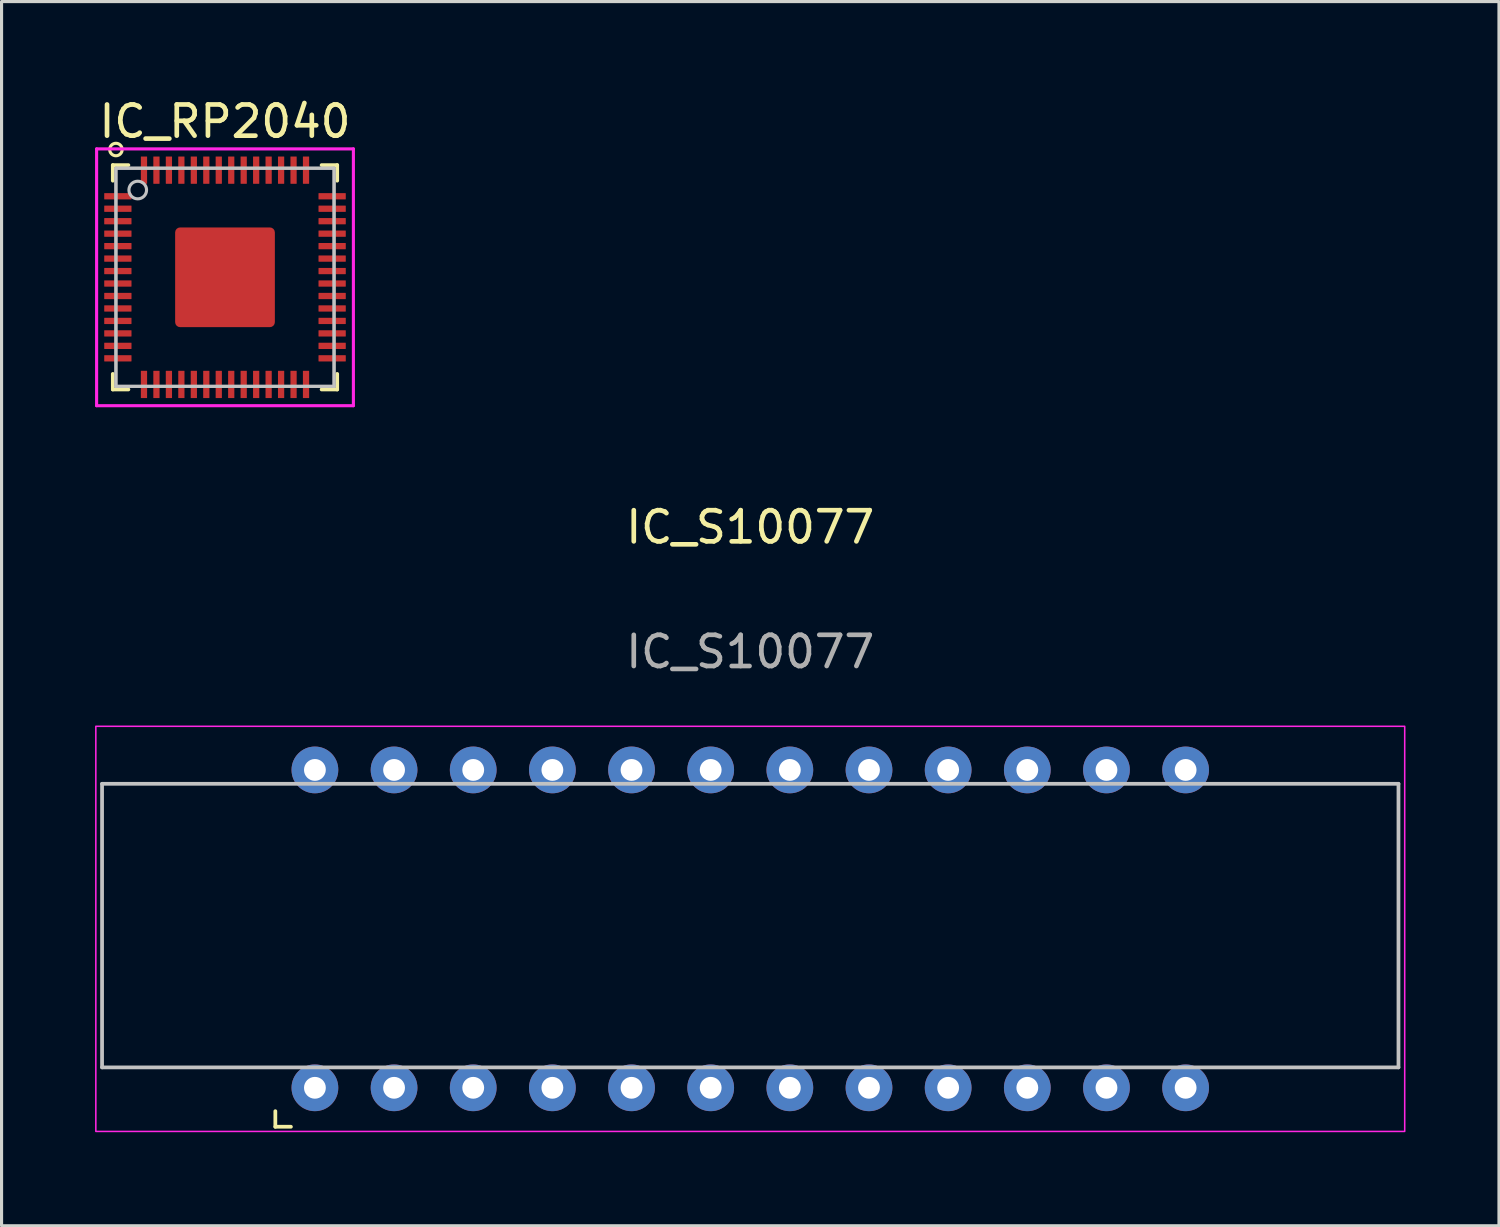
<source format=kicad_pcb>
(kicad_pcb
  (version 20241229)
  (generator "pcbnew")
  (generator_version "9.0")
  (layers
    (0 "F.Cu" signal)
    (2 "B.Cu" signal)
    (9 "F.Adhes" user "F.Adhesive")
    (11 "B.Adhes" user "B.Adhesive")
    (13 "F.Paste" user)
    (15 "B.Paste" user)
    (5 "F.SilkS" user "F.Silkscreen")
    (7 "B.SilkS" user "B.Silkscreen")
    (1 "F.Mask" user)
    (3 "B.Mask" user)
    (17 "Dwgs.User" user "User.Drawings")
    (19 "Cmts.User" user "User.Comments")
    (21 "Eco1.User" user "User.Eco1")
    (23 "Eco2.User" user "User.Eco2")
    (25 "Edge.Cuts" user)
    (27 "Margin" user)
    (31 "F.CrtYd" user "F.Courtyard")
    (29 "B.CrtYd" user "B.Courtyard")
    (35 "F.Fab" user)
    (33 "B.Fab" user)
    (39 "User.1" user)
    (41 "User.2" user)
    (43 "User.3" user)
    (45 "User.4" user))
  (footprint "IC_S10077"
    (layer "F.Cu")
    (at 21.025 26.756)
    (property "Reference" "IC_S10077" (at 0 -12.89 0) (unlocked yes) (layer "F.SilkS") (effects (font (size 1 1) (thickness 0.15))))
    (attr through_hole)
    (fp_line (start -15.24 5.85) (end -15.24 6.35) (stroke (width 0.12) (type default)) (layer "F.SilkS"))
    (fp_line (start -15.24 6.35) (end -14.74 6.35) (stroke (width 0.12) (type default)) (layer "F.SilkS"))
    (fp_line (start -20.8 -4.655) (end -20.8 4.445) (stroke (width 0.12) (type default)) (layer "Dwgs.User"))
    (fp_line (start -20.8 -4.655) (end 20.8 -4.655) (stroke (width 0.12) (type default)) (layer "Dwgs.User"))
    (fp_line (start 20.8 4.445) (end -20.8 4.445) (stroke (width 0.12) (type default)) (layer "Dwgs.User"))
    (fp_line (start 20.8 4.445) (end 20.8 -4.655) (stroke (width 0.12) (type default)) (layer "Dwgs.User"))
    (fp_rect (start -21 -6.5) (end 21 6.5) (stroke (width 0.05) (type default)) (fill no) (layer "F.CrtYd"))
    (fp_text user "${REFERENCE}" (at 0 -8.89 0) (unlocked yes) (layer "F.Fab") (effects (font (size 1 1) (thickness 0.15))))
    (pad "1" thru_hole circle (at -13.97 5.1) (size 1.5 1.5) (drill 0.7) (layers "*.Cu" "*.Mask"))
    (pad "2" thru_hole circle (at -11.43 5.1) (size 1.5 1.5) (drill 0.7) (layers "*.Cu" "*.Mask"))
    (pad "3" thru_hole circle (at -8.89 5.1) (size 1.5 1.5) (drill 0.7) (layers "*.Cu" "*.Mask"))
    (pad "4" thru_hole circle (at -6.35 5.1) (size 1.5 1.5) (drill 0.7) (layers "*.Cu" "*.Mask"))
    (pad "5" thru_hole circle (at -3.81 5.1) (size 1.5 1.5) (drill 0.7) (layers "*.Cu" "*.Mask"))
    (pad "6" thru_hole circle (at -1.27 5.1) (size 1.5 1.5) (drill 0.7) (layers "*.Cu" "*.Mask"))
    (pad "7" thru_hole circle (at 1.27 5.1) (size 1.5 1.5) (drill 0.7) (layers "*.Cu" "*.Mask"))
    (pad "8" thru_hole circle (at 3.81 5.1) (size 1.5 1.5) (drill 0.7) (layers "*.Cu" "*.Mask"))
    (pad "9" thru_hole circle (at 6.35 5.1) (size 1.5 1.5) (drill 0.7) (layers "*.Cu" "*.Mask"))
    (pad "10" thru_hole circle (at 8.89 5.1) (size 1.5 1.5) (drill 0.7) (layers "*.Cu" "*.Mask"))
    (pad "11" thru_hole circle (at 11.43 5.1) (size 1.5 1.5) (drill 0.7) (layers "*.Cu" "*.Mask"))
    (pad "12" thru_hole circle (at 13.97 5.1) (size 1.5 1.5) (drill 0.7) (layers "*.Cu" "*.Mask"))
    (pad "13" thru_hole circle (at 13.97 -5.1) (size 1.5 1.5) (drill 0.7) (layers "*.Cu" "*.Mask"))
    (pad "14" thru_hole circle (at 11.43 -5.1) (size 1.5 1.5) (drill 0.7) (layers "*.Cu" "*.Mask"))
    (pad "15" thru_hole circle (at 8.89 -5.1) (size 1.5 1.5) (drill 0.7) (layers "*.Cu" "*.Mask"))
    (pad "16" thru_hole circle (at 6.35 -5.1) (size 1.5 1.5) (drill 0.7) (layers "*.Cu" "*.Mask"))
    (pad "17" thru_hole circle (at 3.81 -5.1) (size 1.5 1.5) (drill 0.7) (layers "*.Cu" "*.Mask"))
    (pad "18" thru_hole circle (at 1.27 -5.1) (size 1.5 1.5) (drill 0.7) (layers "*.Cu" "*.Mask"))
    (pad "19" thru_hole circle (at -1.27 -5.1) (size 1.5 1.5) (drill 0.7) (layers "*.Cu" "*.Mask"))
    (pad "20" thru_hole circle (at -3.81 -5.1) (size 1.5 1.5) (drill 0.7) (layers "*.Cu" "*.Mask"))
    (pad "21" thru_hole circle (at -6.35 -5.1) (size 1.5 1.5) (drill 0.7) (layers "*.Cu" "*.Mask"))
    (pad "22" thru_hole circle (at -8.89 -5.1) (size 1.5 1.5) (drill 0.7) (layers "*.Cu" "*.Mask"))
    (pad "23" thru_hole circle (at -11.43 -5.1) (size 1.5 1.5) (drill 0.7) (layers "*.Cu" "*.Mask"))
    (pad "24" thru_hole circle (at -13.97 -5.1) (size 1.5 1.5) (drill 0.7) (layers "*.Cu" "*.Mask")))
  (footprint "IC_RP2040"
    (layer "F.Cu")
    (at 4.17 5.848)
    (property "Reference" "IC_RP2040" (at 0 -5 0) (layer "F.SilkS") (effects (font (size 1 1) (thickness 0.15))))
    (attr smd)
    (fp_poly (pts (xy -3.97 2.7) (xy -3.97 -2.7) (xy -2.91 -2.7) (xy -2.91 2.7)) (stroke (width 0.018) (type solid)) (fill yes) (layer "F.Mask"))
    (fp_poly (pts (xy -2.7 2.91) (xy 2.7 2.91) (xy 2.7 3.97) (xy -2.7 3.97)) (stroke (width 0.018) (type solid)) (fill yes) (layer "F.Mask"))
    (fp_poly (pts (xy 2.7 -2.91) (xy -2.7 -2.91) (xy -2.7 -3.97) (xy 2.7 -3.97)) (stroke (width 0.018) (type solid)) (fill yes) (layer "F.Mask"))
    (fp_poly (pts (xy 2.91 2.7) (xy 2.91 -2.7) (xy 3.97 -2.7) (xy 3.97 2.7)) (stroke (width 0.018) (type solid)) (fill yes) (layer "F.Mask"))
    (fp_line (start -3.6 -3.1) (end -3.6 -3.6) (stroke (width 0.12) (type solid)) (layer "F.SilkS"))
    (fp_line (start -3.6 3.1) (end -3.6 3.6) (stroke (width 0.12) (type solid)) (layer "F.SilkS"))
    (fp_line (start -3.1 -3.6) (end -3.6 -3.6) (stroke (width 0.12) (type solid)) (layer "F.SilkS"))
    (fp_line (start -3.1 3.6) (end -3.6 3.6) (stroke (width 0.12) (type solid)) (layer "F.SilkS"))
    (fp_line (start 3.1 -3.6) (end 3.6 -3.6) (stroke (width 0.12) (type solid)) (layer "F.SilkS"))
    (fp_line (start 3.1 3.6) (end 3.6 3.6) (stroke (width 0.12) (type solid)) (layer "F.SilkS"))
    (fp_line (start 3.6 -3.1) (end 3.6 -3.6) (stroke (width 0.12) (type solid)) (layer "F.SilkS"))
    (fp_line (start 3.6 3.1) (end 3.6 3.6) (stroke (width 0.12) (type solid)) (layer "F.SilkS"))
    (fp_circle (center -3.5 -4.1) (end -3.3 -4.1) (stroke (width 0.1) (type default)) (fill no) (layer "F.SilkS"))
    (fp_line (start -3.5 -3.5) (end 3.5 -3.5) (stroke (width 0.1) (type solid)) (layer "Dwgs.User"))
    (fp_line (start -3.5 3.5) (end -3.5 -3.5) (stroke (width 0.1) (type solid)) (layer "Dwgs.User"))
    (fp_line (start 3.5 -3.5) (end 3.5 3.5) (stroke (width 0.1) (type solid)) (layer "Dwgs.User"))
    (fp_line (start 3.5 3.5) (end -3.5 3.5) (stroke (width 0.1) (type solid)) (layer "Dwgs.User"))
    (fp_circle (center -2.8 -2.8) (end -2.6 -2.6) (stroke (width 0.1) (type solid)) (fill no) (layer "Dwgs.User"))
    (fp_line (start -4.12 -4.12) (end -4.12 4.12) (stroke (width 0.1) (type solid)) (layer "F.CrtYd"))
    (fp_line (start -4.12 4.12) (end 4.12 4.12) (stroke (width 0.1) (type solid)) (layer "F.CrtYd"))
    (fp_line (start 4.12 -4.12) (end -4.12 -4.12) (stroke (width 0.1) (type solid)) (layer "F.CrtYd"))
    (fp_line (start 4.12 4.12) (end 4.12 -4.12) (stroke (width 0.1) (type solid)) (layer "F.CrtYd"))
    (fp_line (start -3.5 -3.5) (end 3.5 -3.5) (stroke (width 0.1) (type solid)) (layer "F.Fab"))
    (fp_line (start -3.5 3.5) (end -3.5 -3.5) (stroke (width 0.1) (type solid)) (layer "F.Fab"))
    (fp_line (start 3.5 -3.5) (end 3.5 3.5) (stroke (width 0.1) (type solid)) (layer "F.Fab"))
    (fp_line (start 3.5 3.5) (end -3.5 3.5) (stroke (width 0.1) (type solid)) (layer "F.Fab"))
    (pad "" smd roundrect (at -0.8 -0.8) (size 1.2 1.2) (layers "F.Paste") (roundrect_rratio 0.221))
    (pad "" smd roundrect (at -0.8 0.8) (size 1.2 1.2) (layers "F.Paste") (roundrect_rratio 0.221))
    (pad "" smd roundrect (at 0.8 -0.8) (size 1.2 1.2) (layers "F.Paste") (roundrect_rratio 0.221))
    (pad "" smd roundrect (at 0.8 0.8) (size 1.2 1.2) (layers "F.Paste") (roundrect_rratio 0.221))
    (pad "1" smd roundrect (at -3.438 -2.6) (size 0.875 0.2) (layers "F.Cu" "F.Mask" "F.Paste") (roundrect_rratio 0.05))
    (pad "2" smd roundrect (at -3.438 -2.2) (size 0.875 0.2) (layers "F.Cu" "F.Mask" "F.Paste") (roundrect_rratio 0.05))
    (pad "3" smd roundrect (at -3.438 -1.8) (size 0.875 0.2) (layers "F.Cu" "F.Mask" "F.Paste") (roundrect_rratio 0.05))
    (pad "4" smd roundrect (at -3.438 -1.4) (size 0.875 0.2) (layers "F.Cu" "F.Mask" "F.Paste") (roundrect_rratio 0.05))
    (pad "5" smd roundrect (at -3.438 -1) (size 0.875 0.2) (layers "F.Cu" "F.Mask" "F.Paste") (roundrect_rratio 0.05))
    (pad "6" smd roundrect (at -3.438 -0.6) (size 0.875 0.2) (layers "F.Cu" "F.Mask" "F.Paste") (roundrect_rratio 0.05))
    (pad "7" smd roundrect (at -3.438 -0.2) (size 0.875 0.2) (layers "F.Cu" "F.Mask" "F.Paste") (roundrect_rratio 0.05))
    (pad "8" smd roundrect (at -3.438 0.2) (size 0.875 0.2) (layers "F.Cu" "F.Mask" "F.Paste") (roundrect_rratio 0.05))
    (pad "9" smd roundrect (at -3.438 0.6) (size 0.875 0.2) (layers "F.Cu" "F.Mask" "F.Paste") (roundrect_rratio 0.05))
    (pad "10" smd roundrect (at -3.438 1) (size 0.875 0.2) (layers "F.Cu" "F.Mask" "F.Paste") (roundrect_rratio 0.05))
    (pad "11" smd roundrect (at -3.438 1.4) (size 0.875 0.2) (layers "F.Cu" "F.Mask" "F.Paste") (roundrect_rratio 0.05))
    (pad "12" smd roundrect (at -3.438 1.8) (size 0.875 0.2) (layers "F.Cu" "F.Mask" "F.Paste") (roundrect_rratio 0.05))
    (pad "13" smd roundrect (at -3.438 2.2) (size 0.875 0.2) (layers "F.Cu" "F.Mask" "F.Paste") (roundrect_rratio 0.05))
    (pad "14" smd roundrect (at -3.438 2.6) (size 0.875 0.2) (layers "F.Cu" "F.Mask" "F.Paste") (roundrect_rratio 0.05))
    (pad "15" smd roundrect (at -2.6 3.438) (size 0.2 0.875) (layers "F.Cu" "F.Mask" "F.Paste") (roundrect_rratio 0.05))
    (pad "16" smd roundrect (at -2.2 3.438) (size 0.2 0.875) (layers "F.Cu" "F.Mask" "F.Paste") (roundrect_rratio 0.05))
    (pad "17" smd roundrect (at -1.8 3.438) (size 0.2 0.875) (layers "F.Cu" "F.Mask" "F.Paste") (roundrect_rratio 0.05))
    (pad "18" smd roundrect (at -1.4 3.438) (size 0.2 0.875) (layers "F.Cu" "F.Mask" "F.Paste") (roundrect_rratio 0.05))
    (pad "19" smd roundrect (at -1 3.438) (size 0.2 0.875) (layers "F.Cu" "F.Mask" "F.Paste") (roundrect_rratio 0.05))
    (pad "20" smd roundrect (at -0.6 3.438) (size 0.2 0.875) (layers "F.Cu" "F.Mask" "F.Paste") (roundrect_rratio 0.05))
    (pad "21" smd roundrect (at -0.2 3.438) (size 0.2 0.875) (layers "F.Cu" "F.Mask" "F.Paste") (roundrect_rratio 0.05))
    (pad "22" smd roundrect (at 0.2 3.438) (size 0.2 0.875) (layers "F.Cu" "F.Mask" "F.Paste") (roundrect_rratio 0.05))
    (pad "23" smd roundrect (at 0.6 3.438) (size 0.2 0.875) (layers "F.Cu" "F.Mask" "F.Paste") (roundrect_rratio 0.05))
    (pad "24" smd roundrect (at 1 3.438) (size 0.2 0.875) (layers "F.Cu" "F.Mask" "F.Paste") (roundrect_rratio 0.05))
    (pad "25" smd roundrect (at 1.4 3.438) (size 0.2 0.875) (layers "F.Cu" "F.Mask" "F.Paste") (roundrect_rratio 0.05))
    (pad "26" smd roundrect (at 1.8 3.438) (size 0.2 0.875) (layers "F.Cu" "F.Mask" "F.Paste") (roundrect_rratio 0.05))
    (pad "27" smd roundrect (at 2.2 3.438) (size 0.2 0.875) (layers "F.Cu" "F.Mask" "F.Paste") (roundrect_rratio 0.05))
    (pad "28" smd roundrect (at 2.6 3.438) (size 0.2 0.875) (layers "F.Cu" "F.Mask" "F.Paste") (roundrect_rratio 0.05))
    (pad "29" smd roundrect (at 3.438 2.6) (size 0.875 0.2) (layers "F.Cu" "F.Mask" "F.Paste") (roundrect_rratio 0.05))
    (pad "30" smd roundrect (at 3.438 2.2) (size 0.875 0.2) (layers "F.Cu" "F.Mask" "F.Paste") (roundrect_rratio 0.05))
    (pad "31" smd roundrect (at 3.438 1.8) (size 0.875 0.2) (layers "F.Cu" "F.Mask" "F.Paste") (roundrect_rratio 0.05))
    (pad "32" smd roundrect (at 3.438 1.4) (size 0.875 0.2) (layers "F.Cu" "F.Mask" "F.Paste") (roundrect_rratio 0.05))
    (pad "33" smd roundrect (at 3.438 1) (size 0.875 0.2) (layers "F.Cu" "F.Mask" "F.Paste") (roundrect_rratio 0.05))
    (pad "34" smd roundrect (at 3.438 0.6) (size 0.875 0.2) (layers "F.Cu" "F.Mask" "F.Paste") (roundrect_rratio 0.05))
    (pad "35" smd roundrect (at 3.438 0.2) (size 0.875 0.2) (layers "F.Cu" "F.Mask" "F.Paste") (roundrect_rratio 0.05))
    (pad "36" smd roundrect (at 3.438 -0.2) (size 0.875 0.2) (layers "F.Cu" "F.Mask" "F.Paste") (roundrect_rratio 0.05))
    (pad "37" smd roundrect (at 3.438 -0.6) (size 0.875 0.2) (layers "F.Cu" "F.Mask" "F.Paste") (roundrect_rratio 0.05))
    (pad "38" smd roundrect (at 3.438 -1) (size 0.875 0.2) (layers "F.Cu" "F.Mask" "F.Paste") (roundrect_rratio 0.05))
    (pad "39" smd roundrect (at 3.438 -1.4) (size 0.875 0.2) (layers "F.Cu" "F.Mask" "F.Paste") (roundrect_rratio 0.05))
    (pad "40" smd roundrect (at 3.438 -1.8) (size 0.875 0.2) (layers "F.Cu" "F.Mask" "F.Paste") (roundrect_rratio 0.05))
    (pad "41" smd roundrect (at 3.438 -2.2) (size 0.875 0.2) (layers "F.Cu" "F.Mask" "F.Paste") (roundrect_rratio 0.05))
    (pad "42" smd roundrect (at 3.438 -2.6) (size 0.875 0.2) (layers "F.Cu" "F.Mask" "F.Paste") (roundrect_rratio 0.05))
    (pad "43" smd roundrect (at 2.6 -3.438) (size 0.2 0.875) (layers "F.Cu" "F.Mask" "F.Paste") (roundrect_rratio 0.05))
    (pad "44" smd roundrect (at 2.2 -3.438) (size 0.2 0.875) (layers "F.Cu" "F.Mask" "F.Paste") (roundrect_rratio 0.05))
    (pad "45" smd roundrect (at 1.8 -3.438) (size 0.2 0.875) (layers "F.Cu" "F.Mask" "F.Paste") (roundrect_rratio 0.05))
    (pad "46" smd roundrect (at 1.4 -3.438) (size 0.2 0.875) (layers "F.Cu" "F.Mask" "F.Paste") (roundrect_rratio 0.05))
    (pad "47" smd roundrect (at 1 -3.438) (size 0.2 0.875) (layers "F.Cu" "F.Mask" "F.Paste") (roundrect_rratio 0.05))
    (pad "48" smd roundrect (at 0.6 -3.438) (size 0.2 0.875) (layers "F.Cu" "F.Mask" "F.Paste") (roundrect_rratio 0.05))
    (pad "49" smd roundrect (at 0.2 -3.438) (size 0.2 0.875) (layers "F.Cu" "F.Mask" "F.Paste") (roundrect_rratio 0.05))
    (pad "50" smd roundrect (at -0.2 -3.438) (size 0.2 0.875) (layers "F.Cu" "F.Mask" "F.Paste") (roundrect_rratio 0.05))
    (pad "51" smd roundrect (at -0.6 -3.438) (size 0.2 0.875) (layers "F.Cu" "F.Mask" "F.Paste") (roundrect_rratio 0.05))
    (pad "52" smd roundrect (at -1 -3.438) (size 0.2 0.875) (layers "F.Cu" "F.Mask" "F.Paste") (roundrect_rratio 0.05))
    (pad "53" smd roundrect (at -1.4 -3.438) (size 0.2 0.875) (layers "F.Cu" "F.Mask" "F.Paste") (roundrect_rratio 0.05))
    (pad "54" smd roundrect (at -1.8 -3.438) (size 0.2 0.875) (layers "F.Cu" "F.Mask" "F.Paste") (roundrect_rratio 0.05))
    (pad "55" smd roundrect (at -2.2 -3.438) (size 0.2 0.875) (layers "F.Cu" "F.Mask" "F.Paste") (roundrect_rratio 0.05))
    (pad "56" smd roundrect (at -2.6 -3.438) (size 0.2 0.875) (layers "F.Cu" "F.Mask" "F.Paste") (roundrect_rratio 0.05))
    (pad "57" smd roundrect (at 0 0) (size 3.2 3.2) (layers "F.Cu" "F.Mask") (roundrect_rratio 0.05)))
  (gr_rect
    (start -3 -3)
    (end 45.05 36.282)
    (stroke (width 0.1) (type default))
    (fill no)
    (layer "Edge.Cuts")))
</source>
